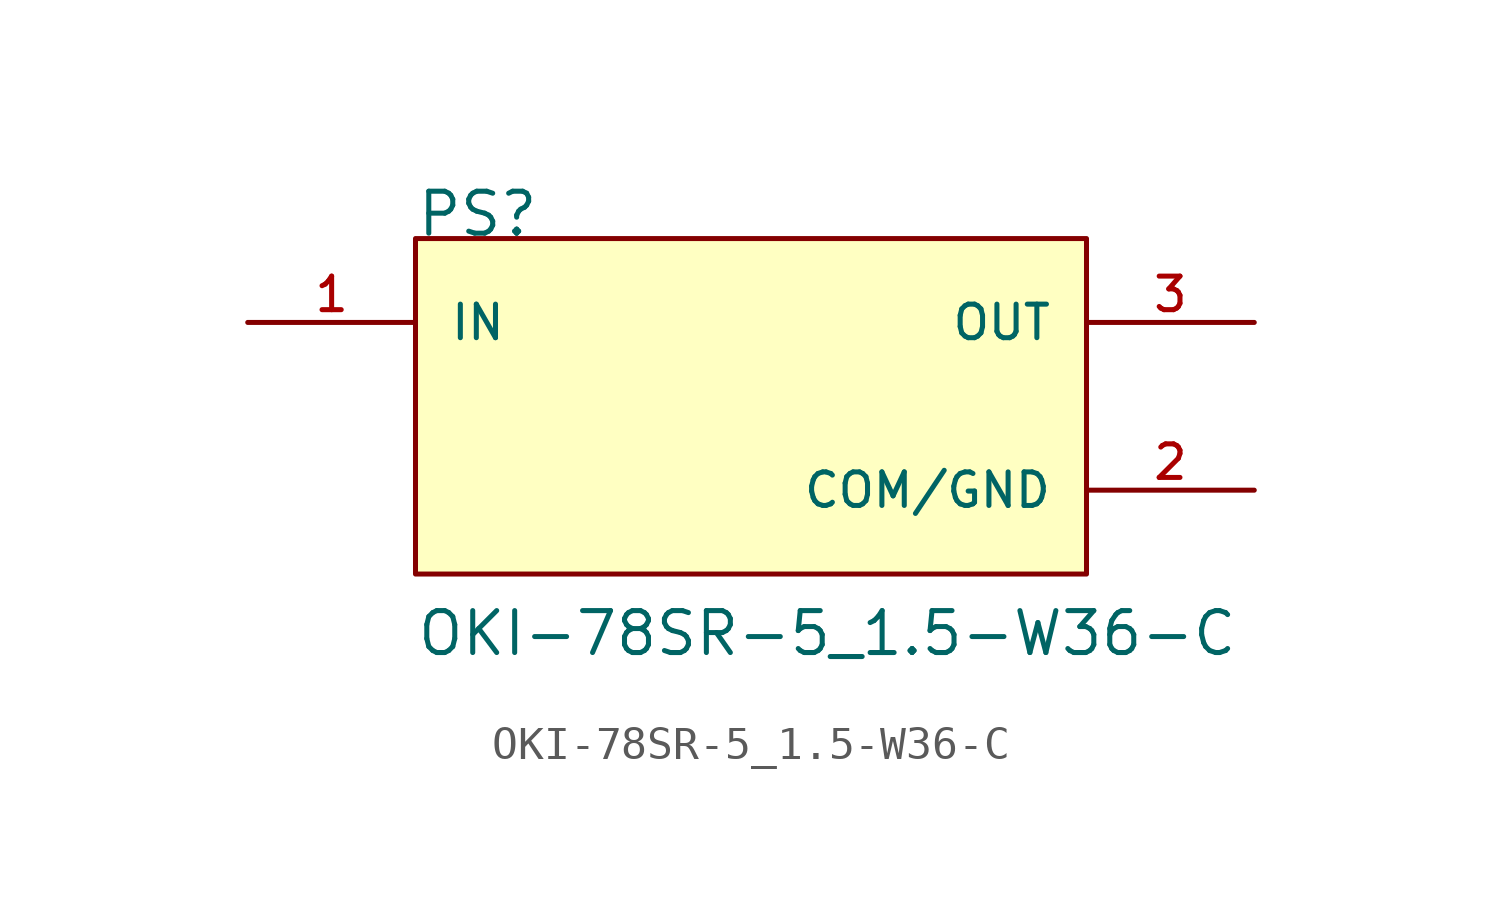
<source format=kicad_sym>
(kicad_symbol_lib
  (version 20211014)
  (generator kicad_symbol_editor)
  (symbol "OKI-78SR-5_1.5-W36-C"
    (pin_names
      (offset 1.016))
    (property "Reference" "PS"
      (at -10.16 5.08 0)
      (effects (font (size 1.27 1.27)) (justify bottom left)))
    (property "Value" "OKI-78SR-5_1.5-W36-C"
      (at -10.16 -7.62 0)
      (effects (font (size 1.27 1.27)) (justify bottom left)))
    (symbol "OKI-78SR-5_1.5-W36-C_0_0"
      (rectangle (start -10.16 -5.08) (end 10.16 5.08) (stroke (width 0.152)) (fill (type background)))
      (pin input line (at -15.24 2.54 0) (length 5.08) (name "IN" (effects (font (size 1.016 1.016)))) (number "1" (effects (font (size 1.016 1.016)))))
      (pin power_in line (at 15.24 -2.54 180.0) (length 5.08) (name "COM/GND" (effects (font (size 1.016 1.016)))) (number "2" (effects (font (size 1.016 1.016)))))
      (pin output line (at 15.24 2.54 180.0) (length 5.08) (name "OUT" (effects (font (size 1.016 1.016)))) (number "3" (effects (font (size 1.016 1.016))))))))
</source>
